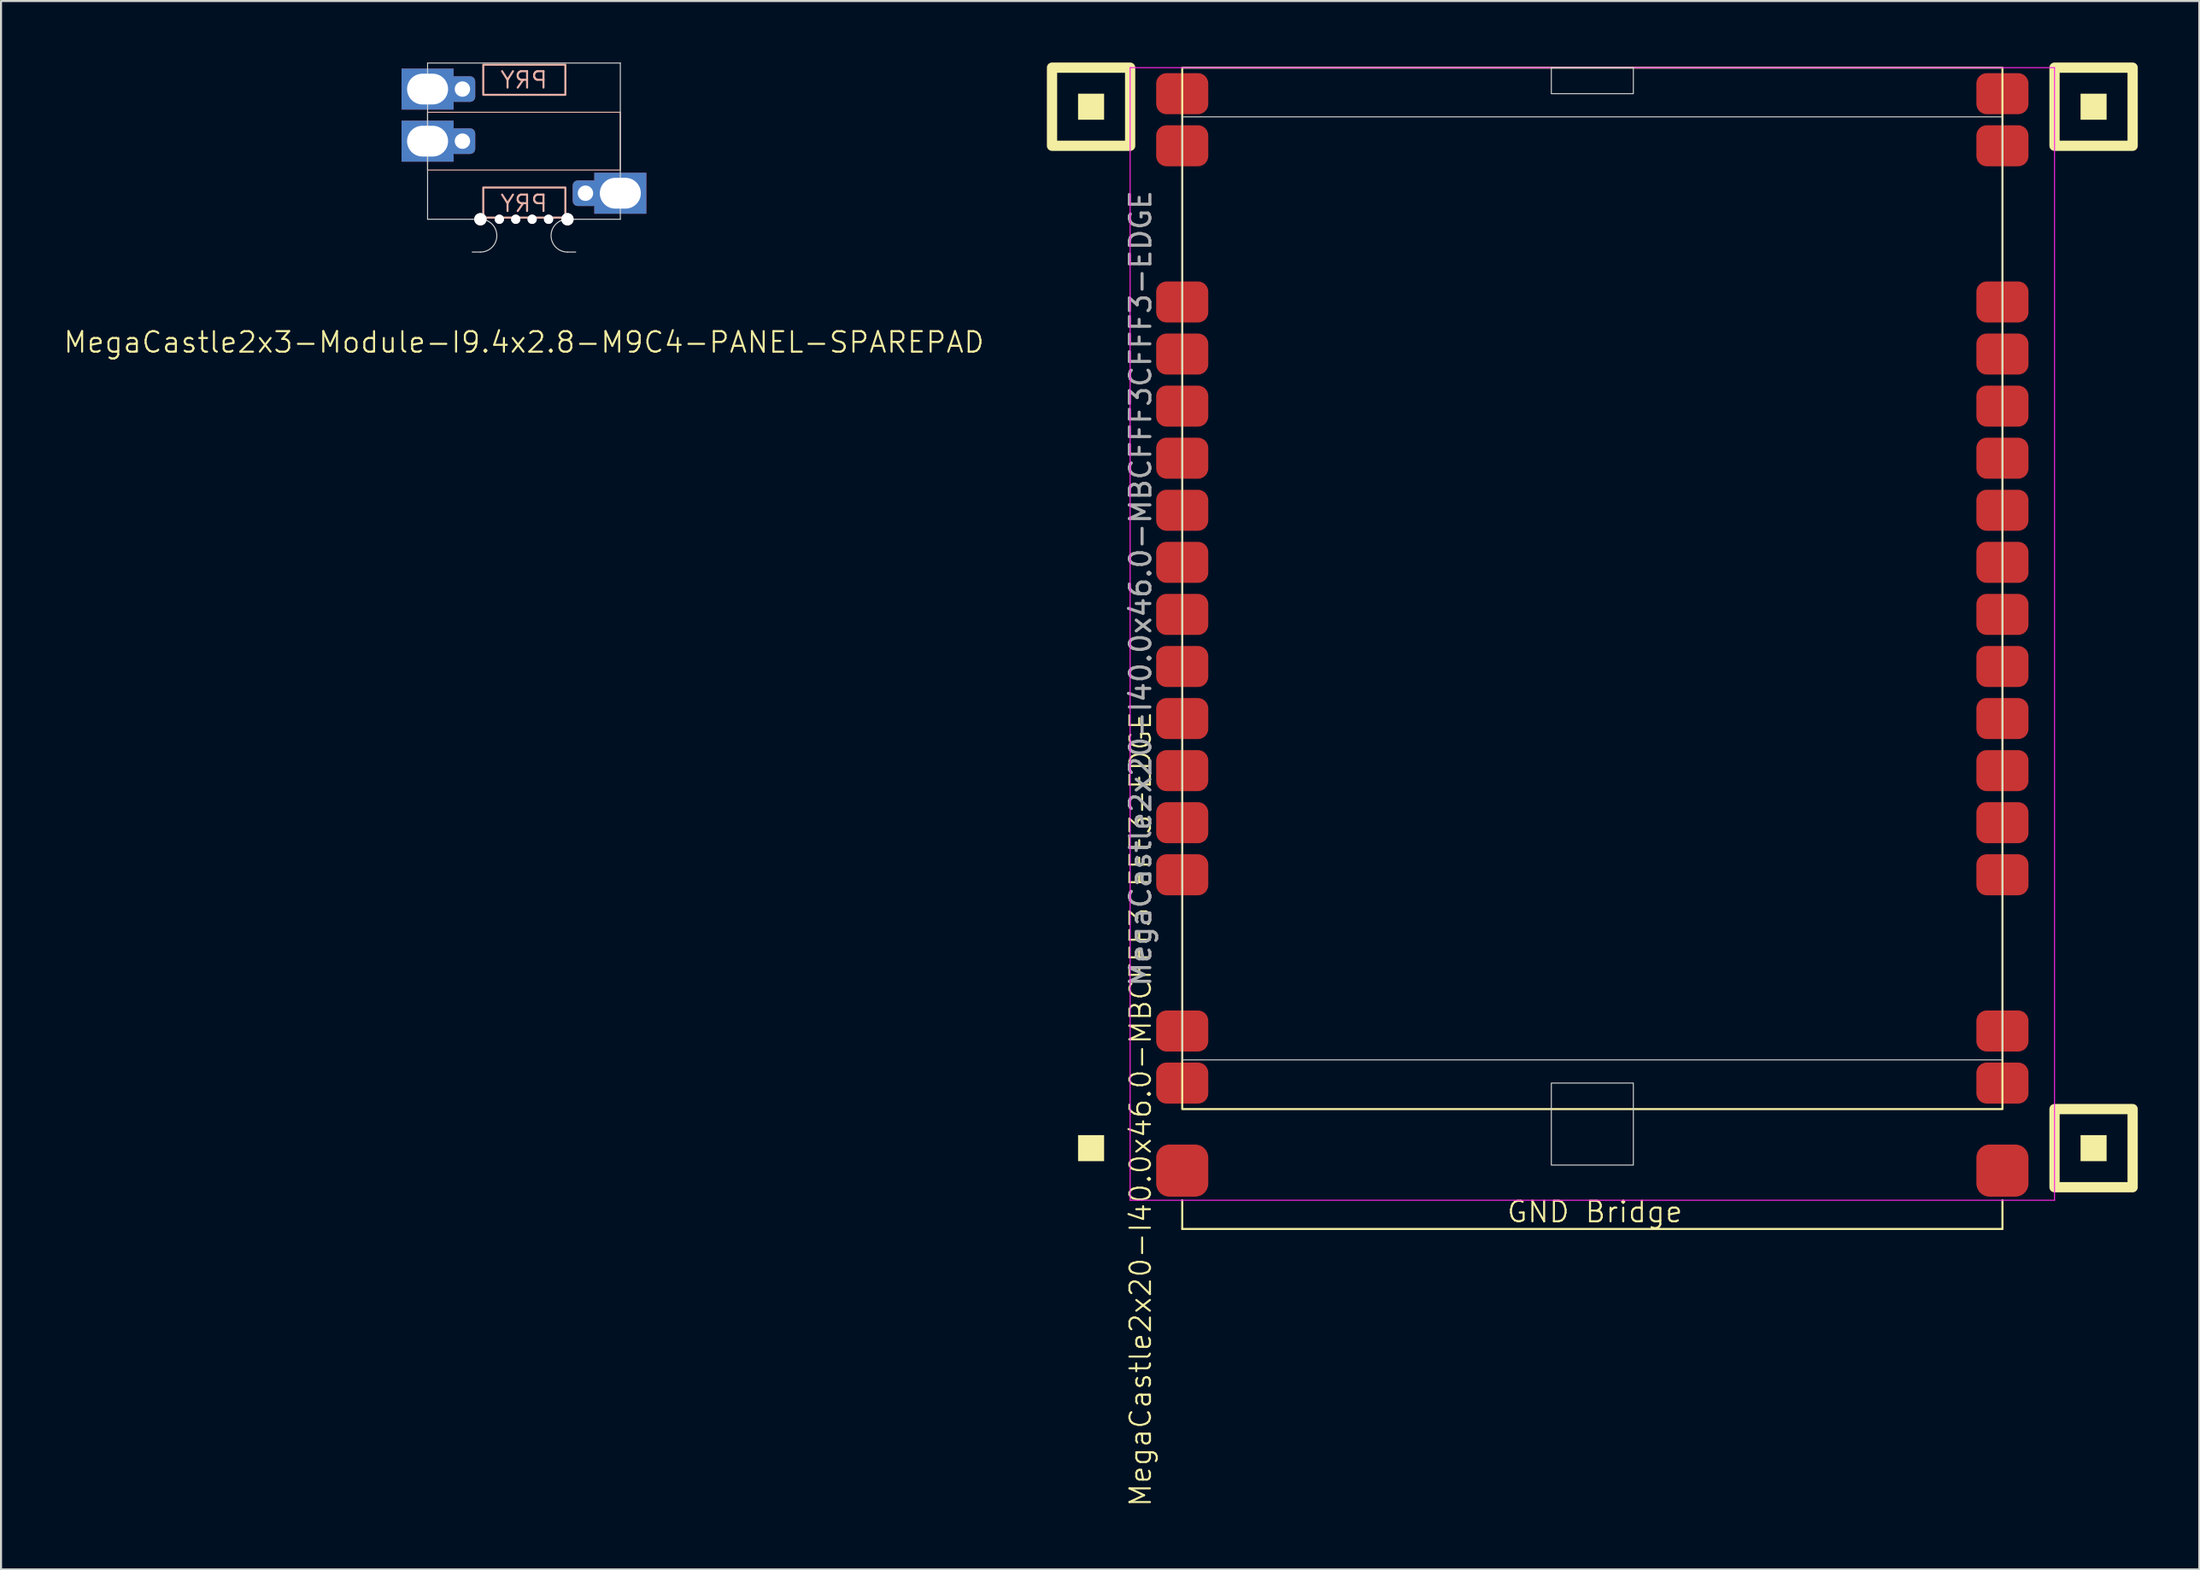
<source format=kicad_pcb>
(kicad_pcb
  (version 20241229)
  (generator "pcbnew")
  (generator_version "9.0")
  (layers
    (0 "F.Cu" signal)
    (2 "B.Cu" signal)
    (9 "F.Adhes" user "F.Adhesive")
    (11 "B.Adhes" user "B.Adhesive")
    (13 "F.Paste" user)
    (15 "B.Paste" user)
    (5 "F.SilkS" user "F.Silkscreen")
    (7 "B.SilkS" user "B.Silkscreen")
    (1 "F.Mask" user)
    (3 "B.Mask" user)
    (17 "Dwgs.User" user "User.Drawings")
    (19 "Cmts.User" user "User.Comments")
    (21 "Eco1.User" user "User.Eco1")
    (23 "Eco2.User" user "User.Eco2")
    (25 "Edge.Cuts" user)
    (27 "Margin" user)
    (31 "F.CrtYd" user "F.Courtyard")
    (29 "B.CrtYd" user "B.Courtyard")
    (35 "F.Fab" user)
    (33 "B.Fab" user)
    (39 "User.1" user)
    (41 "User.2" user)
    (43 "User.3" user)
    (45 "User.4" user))
  (footprint "MegaCastle2x20-I40.0x46.0-MBCFFF3CFFF3-EDGE"
    (layer "F.Cu")
    (at 74.605 25.65)
    (property "Reference" "MegaCastle2x20-I40.0x46.0-MBCFFF3CFFF3-EDGE" (at -22.032 25.4 90) (unlocked yes) (layer "F.SilkS") (effects (font (size 1 1) (thickness 0.1))))
    (attr smd)
    (fp_line (start -20 29.845) (end -20 31.245) (stroke (width 0.1) (type default)) (layer "F.SilkS"))
    (fp_line (start -20 31.245) (end 20 31.245) (stroke (width 0.1) (type default)) (layer "F.SilkS"))
    (fp_line (start 20 29.845) (end 20 31.245) (stroke (width 0.1) (type default)) (layer "F.SilkS"))
    (fp_rect (start -23.81 -22.86) (end -25.08 -24.13) (stroke (width 0) (type solid)) (fill yes) (layer "F.SilkS"))
    (fp_rect (start -23.81 27.94) (end -25.08 26.67) (stroke (width 0) (type solid)) (fill yes) (layer "F.SilkS"))
    (fp_rect (start -22.54 -21.59) (end -26.35 -25.4) (stroke (width 0.5) (type default)) (fill no) (layer "F.SilkS"))
    (fp_rect (start -20 -25.4) (end 20 25.4) (stroke (width 0.1) (type default)) (fill no) (layer "F.SilkS"))
    (fp_rect (start 25.08 -22.86) (end 23.81 -24.13) (stroke (width 0) (type solid)) (fill yes) (layer "F.SilkS"))
    (fp_rect (start 25.08 27.94) (end 23.81 26.67) (stroke (width 0) (type solid)) (fill yes) (layer "F.SilkS"))
    (fp_rect (start 26.35 -21.59) (end 22.54 -25.4) (stroke (width 0.5) (type default)) (fill no) (layer "F.SilkS"))
    (fp_rect (start 26.35 29.21) (end 22.54 25.4) (stroke (width 0.5) (type default)) (fill no) (layer "F.SilkS"))
    (fp_rect (start -20 -23) (end 20 23) (stroke (width 0.05) (type default)) (fill no) (layer "Edge.Cuts"))
    (fp_rect (start -2 -24.13) (end 2 -25.4) (stroke (width 0.05) (type default)) (fill no) (layer "Edge.Cuts"))
    (fp_rect (start -2 24.13) (end 2 28.13) (stroke (width 0.05) (type default)) (fill no) (layer "Edge.Cuts"))
    (fp_line (start -22.54 -25.4) (end -22.54 29.845) (stroke (width 0.05) (type default)) (layer "F.CrtYd"))
    (fp_line (start -22.54 29.845) (end 22.54 29.845) (stroke (width 0.05) (type default)) (layer "F.CrtYd"))
    (fp_line (start 22.54 -25.4) (end -22.54 -25.4) (stroke (width 0.05) (type default)) (layer "F.CrtYd"))
    (fp_line (start 22.54 -25.4) (end 22.54 29.845) (stroke (width 0.05) (type default)) (layer "F.CrtYd"))
    (fp_text user "GND Bridge" (at -4.226 31 0) (unlocked yes) (layer "F.SilkS") (effects (font (size 1 1) (thickness 0.1)) (justify left bottom)))
    (fp_text user "${REFERENCE}" (at -22.032 0 90) (unlocked yes) (layer "F.Fab") (effects (font (size 1 1) (thickness 0.15))))
    (pad "1" smd roundrect (at -20 -24.13) (size 2.54 2) (layers "F.Cu" "F.Mask" "F.Paste") (roundrect_rratio 0.25))
    (pad "2" smd roundrect (at -20 -21.59) (size 2.54 2) (layers "F.Cu" "F.Mask" "F.Paste") (roundrect_rratio 0.25))
    (pad "5" smd roundrect (at -20 -13.97) (size 2.54 2) (layers "F.Cu" "F.Mask" "F.Paste") (roundrect_rratio 0.25))
    (pad "6" smd roundrect (at -20 -11.43) (size 2.54 2) (layers "F.Cu" "F.Mask" "F.Paste") (roundrect_rratio 0.25))
    (pad "7" smd roundrect (at -20 -8.89) (size 2.54 2) (layers "F.Cu" "F.Mask" "F.Paste") (roundrect_rratio 0.25))
    (pad "8" smd roundrect (at -20 -6.35) (size 2.54 2) (layers "F.Cu" "F.Mask" "F.Paste") (roundrect_rratio 0.25))
    (pad "9" smd roundrect (at -20 -3.81) (size 2.54 2) (layers "F.Cu" "F.Mask" "F.Paste") (roundrect_rratio 0.25))
    (pad "10" smd roundrect (at -20 -1.27) (size 2.54 2) (layers "F.Cu" "F.Mask" "F.Paste") (roundrect_rratio 0.25))
    (pad "11" smd roundrect (at -20 1.27) (size 2.54 2) (layers "F.Cu" "F.Mask" "F.Paste") (roundrect_rratio 0.25))
    (pad "12" smd roundrect (at -20 3.81) (size 2.54 2) (layers "F.Cu" "F.Mask" "F.Paste") (roundrect_rratio 0.25))
    (pad "13" smd roundrect (at -20 6.35) (size 2.54 2) (layers "F.Cu" "F.Mask" "F.Paste") (roundrect_rratio 0.25))
    (pad "14" smd roundrect (at -20 8.89) (size 2.54 2) (layers "F.Cu" "F.Mask" "F.Paste") (roundrect_rratio 0.25))
    (pad "15" smd roundrect (at -20 11.43) (size 2.54 2) (layers "F.Cu" "F.Mask" "F.Paste") (roundrect_rratio 0.25))
    (pad "16" smd roundrect (at -20 13.97) (size 2.54 2) (layers "F.Cu" "F.Mask" "F.Paste") (roundrect_rratio 0.25))
    (pad "19" smd roundrect (at -20 21.59) (size 2.54 2) (layers "F.Cu" "F.Mask" "F.Paste") (roundrect_rratio 0.25))
    (pad "20" smd roundrect (at -20 24.13) (size 2.54 2) (layers "F.Cu" "F.Mask" "F.Paste") (roundrect_rratio 0.25))
    (pad "21" smd roundrect (at 20 -24.13) (size 2.54 2) (layers "F.Cu" "F.Mask" "F.Paste") (roundrect_rratio 0.25))
    (pad "22" smd roundrect (at 20 -21.59) (size 2.54 2) (layers "F.Cu" "F.Mask" "F.Paste") (roundrect_rratio 0.25))
    (pad "25" smd roundrect (at 20 -13.97) (size 2.54 2) (layers "F.Cu" "F.Mask" "F.Paste") (roundrect_rratio 0.25))
    (pad "26" smd roundrect (at 20 -11.43) (size 2.54 2) (layers "F.Cu" "F.Mask" "F.Paste") (roundrect_rratio 0.25))
    (pad "27" smd roundrect (at 20 -8.89) (size 2.54 2) (layers "F.Cu" "F.Mask" "F.Paste") (roundrect_rratio 0.25))
    (pad "28" smd roundrect (at 20 -6.35) (size 2.54 2) (layers "F.Cu" "F.Mask" "F.Paste") (roundrect_rratio 0.25))
    (pad "29" smd roundrect (at 20 -3.81) (size 2.54 2) (layers "F.Cu" "F.Mask" "F.Paste") (roundrect_rratio 0.25))
    (pad "30" smd roundrect (at 20 -1.27) (size 2.54 2) (layers "F.Cu" "F.Mask" "F.Paste") (roundrect_rratio 0.25))
    (pad "31" smd roundrect (at 20 1.27) (size 2.54 2) (layers "F.Cu" "F.Mask" "F.Paste") (roundrect_rratio 0.25))
    (pad "32" smd roundrect (at 20 3.81) (size 2.54 2) (layers "F.Cu" "F.Mask" "F.Paste") (roundrect_rratio 0.25))
    (pad "33" smd roundrect (at 20 6.35) (size 2.54 2) (layers "F.Cu" "F.Mask" "F.Paste") (roundrect_rratio 0.25))
    (pad "34" smd roundrect (at 20 8.89) (size 2.54 2) (layers "F.Cu" "F.Mask" "F.Paste") (roundrect_rratio 0.25))
    (pad "35" smd roundrect (at 20 11.43) (size 2.54 2) (layers "F.Cu" "F.Mask" "F.Paste") (roundrect_rratio 0.25))
    (pad "36" smd roundrect (at 20 13.97) (size 2.54 2) (layers "F.Cu" "F.Mask" "F.Paste") (roundrect_rratio 0.25))
    (pad "39" smd roundrect (at 20 21.59) (size 2.54 2) (layers "F.Cu" "F.Mask" "F.Paste") (roundrect_rratio 0.25))
    (pad "40" smd roundrect (at 20 24.13) (size 2.54 2) (layers "F.Cu" "F.Mask" "F.Paste") (roundrect_rratio 0.25))
    (pad "B1" smd roundrect (at -20 28.4) (size 2.54 2.54) (layers "F.Cu" "F.Mask" "F.Paste") (roundrect_rratio 0.25))
    (pad "B2" smd roundrect (at 20 28.4) (size 2.54 2.54) (layers "F.Cu" "F.Mask" "F.Paste") (roundrect_rratio 0.25)))
  (footprint "MegaCastle2x3-Module-I9.4x2.8-M9C4-PANEL-SPAREPAD"
    (layer "F.Cu")
    (at 22.502 3.835)
    (property "Reference" "MegaCastle2x3-Module-I9.4x2.8-M9C4-PANEL-SPAREPAD" (at 0 9.81 0) (unlocked yes) (layer "F.SilkS") (effects (font (size 1 1) (thickness 0.1))))
    (attr smd)
    (fp_rect (start -4.7 1.41) (end 4.7 -1.41) (stroke (width 0.05) (type default)) (fill no) (layer "B.SilkS"))
    (fp_rect (start -1.984 -2.261) (end 2.02 -3.73) (stroke (width 0.1) (type default)) (fill no) (layer "B.SilkS"))
    (fp_rect (start -1.984 2.261) (end 2.02 3.73) (stroke (width 0.1) (type default)) (fill no) (layer "B.SilkS"))
    (fp_line (start -4.7 -3.81) (end -4.7 3.81) (stroke (width 0.05) (type default)) (layer "Edge.Cuts"))
    (fp_line (start -4.7 -3.81) (end 4.7 -3.81) (stroke (width 0.05) (type default)) (layer "Edge.Cuts"))
    (fp_line (start -4.7 3.81) (end -2.522 3.81) (stroke (width 0.05) (type default)) (layer "Edge.Cuts"))
    (fp_line (start -2.522 3.81) (end -2.123 3.81) (stroke (width 0.05) (type default)) (layer "Edge.Cuts"))
    (fp_line (start -2.522 5.41) (end -2.123 5.41) (stroke (width 0.05) (type default)) (layer "Edge.Cuts"))
    (fp_line (start 2.522 3.81) (end 2.123 3.81) (stroke (width 0.05) (type default)) (layer "Edge.Cuts"))
    (fp_line (start 2.522 3.81) (end 4.7 3.81) (stroke (width 0.05) (type default)) (layer "Edge.Cuts"))
    (fp_line (start 2.522 5.41) (end 2.123 5.41) (stroke (width 0.05) (type default)) (layer "Edge.Cuts"))
    (fp_line (start 4.7 -3.81) (end 4.7 3.81) (stroke (width 0.05) (type default)) (layer "Edge.Cuts"))
    (fp_arc (start -2.1225 3.81) (mid -1.3225 4.61) (end -2.1225 5.41) (stroke (width 0.05) (type default)) (layer "Edge.Cuts"))
    (fp_arc (start 2.1225 5.41) (mid 1.3225 4.61) (end 2.1225 3.81) (stroke (width 0.05) (type default)) (layer "Edge.Cuts"))
    (fp_text user "PRY" (at 0 -2.51 0) (unlocked yes) (layer "B.SilkS") (effects (font (size 0.8 0.8) (thickness 0.1)) (justify bottom mirror)))
    (fp_text user "PRY" (at 0 3.51 0) (unlocked yes) (layer "B.SilkS") (effects (font (size 0.8 0.8) (thickness 0.1)) (justify bottom mirror)))
    (pad "" np_thru_hole circle (at -2.123 3.81) (size 0.6 0.6) (drill 0.6) (layers "*.Cu" "Edge.Cuts"))
    (pad "" np_thru_hole circle (at -1.2 3.81) (size 0.45 0.45) (drill 0.45) (layers "*.Cu" "Edge.Cuts"))
    (pad "" np_thru_hole circle (at -0.4 3.81) (size 0.45 0.45) (drill 0.45) (layers "*.Cu" "Edge.Cuts"))
    (pad "" np_thru_hole circle (at 0.4 3.81) (size 0.45 0.45) (drill 0.45) (layers "*.Cu" "Edge.Cuts"))
    (pad "" np_thru_hole circle (at 1.2 3.81) (size 0.45 0.45) (drill 0.45) (layers "*.Cu" "Edge.Cuts"))
    (pad "" np_thru_hole circle (at 2.123 3.81) (size 0.6 0.6) (drill 0.6) (layers "*.Cu" "Edge.Cuts"))
    (pad "1" thru_hole rect (at -4.7 -2.54) (size 2.54 2) (drill oval 2 1.5) (property pad_prop_castellated) (layers "*.Cu" "*.Mask"))
    (pad "1" thru_hole roundrect (at -3 -2.54 180) (size 1.25 1.25) (drill 0.75) (layers "*.Cu" "*.Mask") (roundrect_rratio 0.2))
    (pad "2" thru_hole rect (at -4.7 0) (size 2.54 2) (drill oval 2 1.5) (property pad_prop_castellated) (layers "*.Cu" "*.Mask"))
    (pad "2" thru_hole roundrect (at -3 0 180) (size 1.25 1.25) (drill 0.75) (layers "*.Cu" "*.Mask") (roundrect_rratio 0.2))
    (pad "6" thru_hole roundrect (at 3 2.54 180) (size 1.25 1.25) (drill 0.75) (layers "*.Cu" "*.Mask") (roundrect_rratio 0.2))
    (pad "6" thru_hole rect (at 4.7 2.54) (size 2.54 2) (drill oval 2 1.5) (property pad_prop_castellated) (layers "*.Cu" "*.Mask"))
    (zone (net_name "") (layer "B.Cu") (hatch edge 0.5) (connect_pads) (min_thickness 0.25) (filled_areas_thickness no) (keepout (tracks allowed) (vias allowed) (pads allowed) (copperpour allowed) (footprints not_allowed)) (placement (enabled no)) (fill) (polygon (pts (xy 17.802 7.645) (xy 17.802 0.025))))
    (zone (net_name "") (layer "B.Cu") (hatch edge 0.5) (connect_pads) (min_thickness 0.25) (filled_areas_thickness no) (keepout (tracks allowed) (vias allowed) (pads allowed) (copperpour allowed) (footprints not_allowed)) (placement (enabled no)) (fill) (polygon (pts (xy 27.202 7.645) (xy 27.202 0.025))))
    (zone (net_name "") (layer "B.Cu") (hatch edge 0.5) (connect_pads) (min_thickness 0.25) (filled_areas_thickness no) (keepout (tracks allowed) (vias allowed) (pads allowed) (copperpour allowed) (footprints not_allowed)) (placement (enabled no)) (fill) (polygon (pts (xy 17.802 0.025) (xy 17.802 2.425) (xy 27.202 2.425) (xy 27.202 0.025))))
    (zone (net_name "") (layer "B.Cu") (hatch edge 0.5) (connect_pads) (min_thickness 0.25) (filled_areas_thickness no) (keepout (tracks allowed) (vias allowed) (pads allowed) (copperpour allowed) (footprints not_allowed)) (placement (enabled no)) (fill) (polygon (pts (xy 17.802 7.645) (xy 17.802 5.245) (xy 27.202 5.245) (xy 27.202 7.645))))
    (zone (net_name "") (layer "B.Cu") (name "Upper Pry Zone") (hatch edge 0.5) (connect_pads) (min_thickness 0.25) (filled_areas_thickness no) (keepout (tracks not_allowed) (vias not_allowed) (pads not_allowed) (copperpour allowed) (footprints not_allowed)) (placement (enabled no)) (fill) (polygon (pts (xy 20.518 1.574) (xy 20.518 0.105) (xy 24.522 0.105) (xy 24.522 1.574))))
    (zone (net_name "") (layer "B.Cu") (name "Upper Pry Zone") (hatch edge 0.5) (connect_pads) (min_thickness 0.25) (filled_areas_thickness no) (keepout (tracks not_allowed) (vias not_allowed) (pads not_allowed) (copperpour allowed) (footprints not_allowed)) (placement (enabled no)) (fill) (polygon (pts (xy 20.518 6.096) (xy 20.518 7.565) (xy 24.522 7.565) (xy 24.522 6.096)))))
  (gr_rect
    (start -3 -3)
    (end 104.205 73.505)
    (stroke (width 0.1) (type default))
    (fill no)
    (layer "Edge.Cuts")))
</source>
